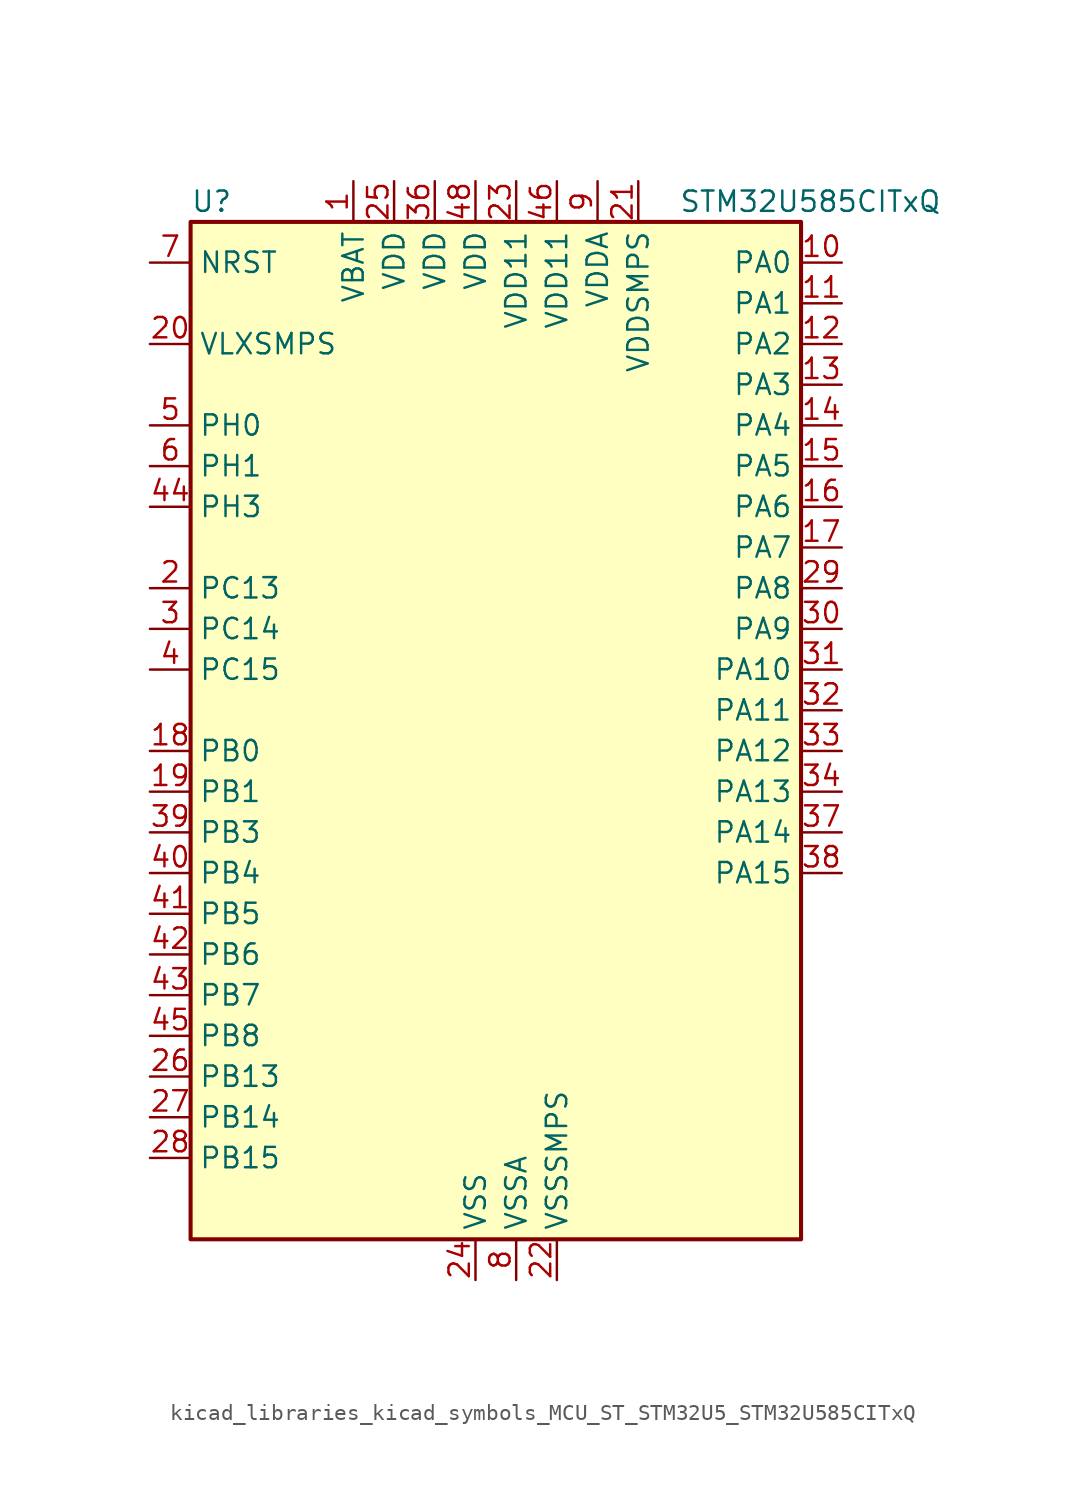
<source format=kicad_sym>
(kicad_symbol_lib
  (version 20220914)
  (generator kicad_symbol_editor)
  (symbol "kicad_libraries_kicad_symbols_MCU_ST_STM32U5_STM32U585CITxQ"
    (property "Reference" "U"
      (at -17.78 34.29 0)
      (effects (font (size 1.27 1.27)) (justify left)))
    (property "Value" "STM32U585CITxQ"
      (at 12.7 34.29 0)
      (effects (font (size 1.27 1.27)) (justify left)))
    (property "ki_locked" ""
      (at 0 0 0)
      (effects (font (size 1.27 1.27))))
    (symbol "kicad_libraries_kicad_symbols_MCU_ST_STM32U5_STM32U585CITxQ_0_1"
      (rectangle (start -17.78 -30.48) (end 20.32 33.02) (stroke (width 0.254) (type default)) (fill (type background))))
    (symbol "kicad_libraries_kicad_symbols_MCU_ST_STM32U5_STM32U585CITxQ_1_1"
      (pin power_in line (at -7.62 35.56 270) (length 2.54) (name "VBAT" (effects (font (size 1.27 1.27)))) (number "1" (effects (font (size 1.27 1.27)))))
      (pin bidirectional line (at 22.86 30.48 180) (length 2.54) (name "PA0" (effects (font (size 1.27 1.27)))) (number "10" (effects (font (size 1.27 1.27)))) (alternate "ADC1_IN5" bidirectional line) (alternate "AUDIOCLK" bidirectional line) (alternate "OCTOSPIM_P2_NCS" bidirectional line) (alternate "OPAMP1_VINP" bidirectional line) (alternate "PWR_WKUP1" bidirectional line) (alternate "SPI3_RDY" bidirectional line) (alternate "TAMP_IN2" bidirectional line) (alternate "TAMP_OUT1" bidirectional line) (alternate "TIM2_CH1" bidirectional line) (alternate "TIM2_ETR" bidirectional line) (alternate "TIM5_CH1" bidirectional line) (alternate "TIM8_ETR" bidirectional line) (alternate "UART4_TX" bidirectional line) (alternate "USART2_CTS" bidirectional line))
      (pin bidirectional line (at 22.86 27.94 180) (length 2.54) (name "PA1" (effects (font (size 1.27 1.27)))) (number "11" (effects (font (size 1.27 1.27)))) (alternate "ADC1_IN6" bidirectional line) (alternate "I2C1_SMBA" bidirectional line) (alternate "LPTIM1_CH2" bidirectional line) (alternate "OCTOSPIM_P1_DQS" bidirectional line) (alternate "OPAMP1_VINM" bidirectional line) (alternate "PWR_WKUP3" bidirectional line) (alternate "SPI1_SCK" bidirectional line) (alternate "TAMP_IN5" bidirectional line) (alternate "TAMP_OUT4" bidirectional line) (alternate "TIM15_CH1N" bidirectional line) (alternate "TIM2_CH2" bidirectional line) (alternate "TIM5_CH2" bidirectional line) (alternate "UART4_RX" bidirectional line) (alternate "USART2_DE" bidirectional line) (alternate "USART2_RTS" bidirectional line))
      (pin bidirectional line (at 22.86 25.4 180) (length 2.54) (name "PA2" (effects (font (size 1.27 1.27)))) (number "12" (effects (font (size 1.27 1.27)))) (alternate "ADC1_IN7" bidirectional line) (alternate "COMP1_INP" bidirectional line) (alternate "LPUART1_TX" bidirectional line) (alternate "OCTOSPIM_P1_NCS" bidirectional line) (alternate "PWR_WKUP4" bidirectional line) (alternate "RCC_LSCO" bidirectional line) (alternate "SPI1_RDY" bidirectional line) (alternate "TIM15_CH1" bidirectional line) (alternate "TIM2_CH3" bidirectional line) (alternate "TIM5_CH3" bidirectional line) (alternate "UCPD1_FRSTX1" bidirectional line) (alternate "USART2_TX" bidirectional line))
      (pin bidirectional line (at 22.86 22.86 180) (length 2.54) (name "PA3" (effects (font (size 1.27 1.27)))) (number "13" (effects (font (size 1.27 1.27)))) (alternate "ADC1_IN8" bidirectional line) (alternate "LPUART1_RX" bidirectional line) (alternate "OCTOSPIM_P1_CLK" bidirectional line) (alternate "OPAMP1_VOUT" bidirectional line) (alternate "PWR_WKUP5" bidirectional line) (alternate "SAI1_CK1" bidirectional line) (alternate "SAI1_MCLK_A" bidirectional line) (alternate "TIM15_CH2" bidirectional line) (alternate "TIM2_CH4" bidirectional line) (alternate "TIM5_CH4" bidirectional line) (alternate "USART2_RX" bidirectional line))
      (pin bidirectional line (at 22.86 20.32 180) (length 2.54) (name "PA4" (effects (font (size 1.27 1.27)))) (number "14" (effects (font (size 1.27 1.27)))) (alternate "ADC1_IN9" bidirectional line) (alternate "ADC4_IN9" bidirectional line) (alternate "DAC1_OUT1" bidirectional line) (alternate "LPTIM2_CH1" bidirectional line) (alternate "OCTOSPIM_P1_NCS" bidirectional line) (alternate "PWR_WKUP2" bidirectional line) (alternate "SAI1_FS_B" bidirectional line) (alternate "SPI1_NSS" bidirectional line) (alternate "SPI3_NSS" bidirectional line) (alternate "USART2_CK" bidirectional line))
      (pin bidirectional line (at 22.86 17.78 180) (length 2.54) (name "PA5" (effects (font (size 1.27 1.27)))) (number "15" (effects (font (size 1.27 1.27)))) (alternate "ADC1_IN10" bidirectional line) (alternate "ADC4_IN10" bidirectional line) (alternate "DAC1_OUT2" bidirectional line) (alternate "LPTIM2_ETR" bidirectional line) (alternate "PWR_CSLEEP" bidirectional line) (alternate "PWR_WKUP6" bidirectional line) (alternate "SPI1_SCK" bidirectional line) (alternate "TIM2_CH1" bidirectional line) (alternate "TIM2_ETR" bidirectional line) (alternate "TIM8_CH1N" bidirectional line) (alternate "USART3_RX" bidirectional line))
      (pin bidirectional line (at 22.86 15.24 180) (length 2.54) (name "PA6" (effects (font (size 1.27 1.27)))) (number "16" (effects (font (size 1.27 1.27)))) (alternate "ADC1_IN11" bidirectional line) (alternate "ADC4_IN11" bidirectional line) (alternate "LPUART1_CTS" bidirectional line) (alternate "OCTOSPIM_P1_IO3" bidirectional line) (alternate "OPAMP2_VINP" bidirectional line) (alternate "PWR_CDSTOP" bidirectional line) (alternate "PWR_WKUP7" bidirectional line) (alternate "SPI1_MISO" bidirectional line) (alternate "TIM16_CH1" bidirectional line) (alternate "TIM1_BKIN" bidirectional line) (alternate "TIM3_CH1" bidirectional line) (alternate "TIM8_BKIN" bidirectional line) (alternate "USART3_CTS" bidirectional line))
      (pin bidirectional line (at 22.86 12.7 180) (length 2.54) (name "PA7" (effects (font (size 1.27 1.27)))) (number "17" (effects (font (size 1.27 1.27)))) (alternate "ADC1_IN12" bidirectional line) (alternate "ADC4_IN20" bidirectional line) (alternate "I2C3_SCL" bidirectional line) (alternate "LPTIM2_CH2" bidirectional line) (alternate "OCTOSPIM_P1_IO2" bidirectional line) (alternate "OPAMP2_VINM" bidirectional line) (alternate "PWR_SRDSTOP" bidirectional line) (alternate "PWR_WKUP8" bidirectional line) (alternate "SPI1_MOSI" bidirectional line) (alternate "TIM17_CH1" bidirectional line) (alternate "TIM1_CH1N" bidirectional line) (alternate "TIM3_CH2" bidirectional line) (alternate "TIM8_CH1N" bidirectional line) (alternate "USART3_TX" bidirectional line))
      (pin bidirectional line (at -20.32 0 0) (length 2.54) (name "PB0" (effects (font (size 1.27 1.27)))) (number "18" (effects (font (size 1.27 1.27)))) (alternate "ADC1_IN15" bidirectional line) (alternate "ADC4_IN18" bidirectional line) (alternate "AUDIOCLK" bidirectional line) (alternate "COMP1_OUT" bidirectional line) (alternate "LPTIM3_CH1" bidirectional line) (alternate "OCTOSPIM_P1_IO1" bidirectional line) (alternate "OPAMP2_VOUT" bidirectional line) (alternate "SPI1_NSS" bidirectional line) (alternate "TIM1_CH2N" bidirectional line) (alternate "TIM3_CH3" bidirectional line) (alternate "TIM8_CH2N" bidirectional line) (alternate "USART3_CK" bidirectional line))
      (pin bidirectional line (at -20.32 -2.54 0) (length 2.54) (name "PB1" (effects (font (size 1.27 1.27)))) (number "19" (effects (font (size 1.27 1.27)))) (alternate "ADC1_IN16" bidirectional line) (alternate "ADC4_IN19" bidirectional line) (alternate "COMP1_INM" bidirectional line) (alternate "LPTIM2_IN1" bidirectional line) (alternate "LPTIM3_CH2" bidirectional line) (alternate "LPUART1_DE" bidirectional line) (alternate "LPUART1_RTS" bidirectional line) (alternate "MDF1_SDI0" bidirectional line) (alternate "OCTOSPIM_P1_IO0" bidirectional line) (alternate "PWR_WKUP4" bidirectional line) (alternate "TIM1_CH3N" bidirectional line) (alternate "TIM3_CH4" bidirectional line) (alternate "TIM8_CH3N" bidirectional line) (alternate "USART3_DE" bidirectional line) (alternate "USART3_RTS" bidirectional line))
      (pin bidirectional line (at -20.32 10.16 0) (length 2.54) (name "PC13" (effects (font (size 1.27 1.27)))) (number "2" (effects (font (size 1.27 1.27)))) (alternate "PWR_WKUP2" bidirectional line) (alternate "RTC_OUT1" bidirectional line) (alternate "RTC_TS" bidirectional line) (alternate "TAMP_IN1" bidirectional line) (alternate "TAMP_OUT2" bidirectional line))
      (pin power_in line (at -20.32 25.4 0) (length 2.54) (name "VLXSMPS" (effects (font (size 1.27 1.27)))) (number "20" (effects (font (size 1.27 1.27)))))
      (pin power_in line (at 10.16 35.56 270) (length 2.54) (name "VDDSMPS" (effects (font (size 1.27 1.27)))) (number "21" (effects (font (size 1.27 1.27)))))
      (pin power_in line (at 5.08 -33.02 90) (length 2.54) (name "VSSSMPS" (effects (font (size 1.27 1.27)))) (number "22" (effects (font (size 1.27 1.27)))))
      (pin power_in line (at 2.54 35.56 270) (length 2.54) (name "VDD11" (effects (font (size 1.27 1.27)))) (number "23" (effects (font (size 1.27 1.27)))))
      (pin power_in line (at 0 -33.02 90) (length 2.54) (name "VSS" (effects (font (size 1.27 1.27)))) (number "24" (effects (font (size 1.27 1.27)))))
      (pin power_in line (at -5.08 35.56 270) (length 2.54) (name "VDD" (effects (font (size 1.27 1.27)))) (number "25" (effects (font (size 1.27 1.27)))))
      (pin bidirectional line (at -20.32 -20.32 0) (length 2.54) (name "PB13" (effects (font (size 1.27 1.27)))) (number "26" (effects (font (size 1.27 1.27)))) (alternate "I2C2_SCL" bidirectional line) (alternate "LPTIM3_IN1" bidirectional line) (alternate "LPUART1_CTS" bidirectional line) (alternate "MDF1_CKI1" bidirectional line) (alternate "SPI2_SCK" bidirectional line) (alternate "TIM15_CH1N" bidirectional line) (alternate "TIM1_CH1N" bidirectional line) (alternate "TSC_G1_IO2" bidirectional line) (alternate "USART3_CTS" bidirectional line))
      (pin bidirectional line (at -20.32 -22.86 0) (length 2.54) (name "PB14" (effects (font (size 1.27 1.27)))) (number "27" (effects (font (size 1.27 1.27)))) (alternate "I2C2_SDA" bidirectional line) (alternate "LPTIM3_ETR" bidirectional line) (alternate "MDF1_SDI2" bidirectional line) (alternate "SPI2_MISO" bidirectional line) (alternate "TIM15_CH1" bidirectional line) (alternate "TIM1_CH2N" bidirectional line) (alternate "TIM8_CH2N" bidirectional line) (alternate "TSC_G1_IO3" bidirectional line) (alternate "UCPD1_DBCC2" bidirectional line) (alternate "USART3_DE" bidirectional line) (alternate "USART3_RTS" bidirectional line))
      (pin bidirectional line (at -20.32 -25.4 0) (length 2.54) (name "PB15" (effects (font (size 1.27 1.27)))) (number "28" (effects (font (size 1.27 1.27)))) (alternate "ADC1_EXTI15" bidirectional line) (alternate "ADC4_EXTI15" bidirectional line) (alternate "LPTIM2_IN2" bidirectional line) (alternate "MDF1_CKI2" bidirectional line) (alternate "PWR_WKUP7" bidirectional line) (alternate "RTC_REFIN" bidirectional line) (alternate "SPI2_MOSI" bidirectional line) (alternate "TIM15_CH2" bidirectional line) (alternate "TIM1_CH3N" bidirectional line) (alternate "TIM8_CH3N" bidirectional line) (alternate "UCPD1_CC2" bidirectional line))
      (pin bidirectional line (at 22.86 10.16 180) (length 2.54) (name "PA8" (effects (font (size 1.27 1.27)))) (number "29" (effects (font (size 1.27 1.27)))) (alternate "DEBUG_TRACECLK" bidirectional line) (alternate "LPTIM2_CH1" bidirectional line) (alternate "RCC_MCO" bidirectional line) (alternate "SAI1_CK2" bidirectional line) (alternate "SAI1_SCK_A" bidirectional line) (alternate "SPI1_RDY" bidirectional line) (alternate "TIM1_CH1" bidirectional line) (alternate "USART1_CK" bidirectional line) (alternate "USB_OTG_FS_SOF" bidirectional line))
      (pin bidirectional line (at -20.32 7.62 0) (length 2.54) (name "PC14" (effects (font (size 1.27 1.27)))) (number "3" (effects (font (size 1.27 1.27)))) (alternate "RCC_OSC32_IN" bidirectional line))
      (pin bidirectional line (at 22.86 7.62 180) (length 2.54) (name "PA9" (effects (font (size 1.27 1.27)))) (number "30" (effects (font (size 1.27 1.27)))) (alternate "DAC1_EXTI9" bidirectional line) (alternate "SAI1_FS_A" bidirectional line) (alternate "SPI2_SCK" bidirectional line) (alternate "TIM15_BKIN" bidirectional line) (alternate "TIM1_CH2" bidirectional line) (alternate "USART1_TX" bidirectional line) (alternate "USB_OTG_FS_VBUS" bidirectional line))
      (pin bidirectional line (at 22.86 5.08 180) (length 2.54) (name "PA10" (effects (font (size 1.27 1.27)))) (number "31" (effects (font (size 1.27 1.27)))) (alternate "CRS_SYNC" bidirectional line) (alternate "LPTIM2_IN2" bidirectional line) (alternate "SAI1_D1" bidirectional line) (alternate "SAI1_SD_A" bidirectional line) (alternate "TIM17_BKIN" bidirectional line) (alternate "TIM1_CH3" bidirectional line) (alternate "USART1_RX" bidirectional line) (alternate "USB_OTG_FS_ID" bidirectional line))
      (pin bidirectional line (at 22.86 2.54 180) (length 2.54) (name "PA11" (effects (font (size 1.27 1.27)))) (number "32" (effects (font (size 1.27 1.27)))) (alternate "ADC1_EXTI11" bidirectional line) (alternate "FDCAN1_RX" bidirectional line) (alternate "SPI1_MISO" bidirectional line) (alternate "TIM1_BKIN2" bidirectional line) (alternate "TIM1_CH4" bidirectional line) (alternate "USART1_CTS" bidirectional line) (alternate "USB_OTG_FS_DM" bidirectional line))
      (pin bidirectional line (at 22.86 0 180) (length 2.54) (name "PA12" (effects (font (size 1.27 1.27)))) (number "33" (effects (font (size 1.27 1.27)))) (alternate "FDCAN1_TX" bidirectional line) (alternate "OCTOSPIM_P2_NCS" bidirectional line) (alternate "SPI1_MOSI" bidirectional line) (alternate "TIM1_ETR" bidirectional line) (alternate "USART1_DE" bidirectional line) (alternate "USART1_RTS" bidirectional line) (alternate "USB_OTG_FS_DP" bidirectional line))
      (pin bidirectional line (at 22.86 -2.54 180) (length 2.54) (name "PA13" (effects (font (size 1.27 1.27)))) (number "34" (effects (font (size 1.27 1.27)))) (alternate "DEBUG_JTMS-SWDIO" bidirectional line) (alternate "IR_OUT" bidirectional line) (alternate "SAI1_SD_B" bidirectional line) (alternate "USB_OTG_FS_NOE" bidirectional line))
      (pin passive line (at 0 -33.02 90) (length 2.54) hide (name "VSS" (effects (font (size 1.27 1.27)))) (number "35" (effects (font (size 1.27 1.27)))))
      (pin power_in line (at -2.54 35.56 270) (length 2.54) (name "VDD" (effects (font (size 1.27 1.27)))) (number "36" (effects (font (size 1.27 1.27)))))
      (pin bidirectional line (at 22.86 -5.08 180) (length 2.54) (name "PA14" (effects (font (size 1.27 1.27)))) (number "37" (effects (font (size 1.27 1.27)))) (alternate "DEBUG_JTCK-SWCLK" bidirectional line) (alternate "I2C1_SMBA" bidirectional line) (alternate "I2C4_SMBA" bidirectional line) (alternate "LPTIM1_CH1" bidirectional line) (alternate "SAI1_FS_B" bidirectional line) (alternate "USB_OTG_FS_SOF" bidirectional line))
      (pin bidirectional line (at 22.86 -7.62 180) (length 2.54) (name "PA15" (effects (font (size 1.27 1.27)))) (number "38" (effects (font (size 1.27 1.27)))) (alternate "ADC1_EXTI15" bidirectional line) (alternate "ADC4_EXTI15" bidirectional line) (alternate "DEBUG_JTDI" bidirectional line) (alternate "SPI1_NSS" bidirectional line) (alternate "SPI3_NSS" bidirectional line) (alternate "TIM2_CH1" bidirectional line) (alternate "TIM2_ETR" bidirectional line) (alternate "UART4_DE" bidirectional line) (alternate "UART4_RTS" bidirectional line) (alternate "UCPD1_CC1" bidirectional line) (alternate "USART2_RX" bidirectional line) (alternate "USART3_DE" bidirectional line) (alternate "USART3_RTS" bidirectional line))
      (pin bidirectional line (at -20.32 -5.08 0) (length 2.54) (name "PB3" (effects (font (size 1.27 1.27)))) (number "39" (effects (font (size 1.27 1.27)))) (alternate "ADF1_CCK0" bidirectional line) (alternate "COMP2_INM" bidirectional line) (alternate "CRS_SYNC" bidirectional line) (alternate "DEBUG_JTDO-SWO" bidirectional line) (alternate "I2C1_SDA" bidirectional line) (alternate "LPTIM1_CH1" bidirectional line) (alternate "SAI1_SCK_B" bidirectional line) (alternate "SPI1_SCK" bidirectional line) (alternate "SPI3_SCK" bidirectional line) (alternate "TIM2_CH2" bidirectional line) (alternate "USART1_DE" bidirectional line) (alternate "USART1_RTS" bidirectional line))
      (pin bidirectional line (at -20.32 5.08 0) (length 2.54) (name "PC15" (effects (font (size 1.27 1.27)))) (number "4" (effects (font (size 1.27 1.27)))) (alternate "ADC1_EXTI15" bidirectional line) (alternate "ADC4_EXTI15" bidirectional line) (alternate "RCC_OSC32_OUT" bidirectional line))
      (pin bidirectional line (at -20.32 -7.62 0) (length 2.54) (name "PB4" (effects (font (size 1.27 1.27)))) (number "40" (effects (font (size 1.27 1.27)))) (alternate "ADF1_SDI0" bidirectional line) (alternate "COMP2_INP" bidirectional line) (alternate "DEBUG_JTRST" bidirectional line) (alternate "I2C3_SDA" bidirectional line) (alternate "LPTIM1_CH2" bidirectional line) (alternate "SAI1_MCLK_B" bidirectional line) (alternate "SPI1_MISO" bidirectional line) (alternate "SPI3_MISO" bidirectional line) (alternate "TIM17_BKIN" bidirectional line) (alternate "TIM3_CH1" bidirectional line) (alternate "TSC_G2_IO1" bidirectional line) (alternate "USART1_CTS" bidirectional line))
      (pin bidirectional line (at -20.32 -10.16 0) (length 2.54) (name "PB5" (effects (font (size 1.27 1.27)))) (number "41" (effects (font (size 1.27 1.27)))) (alternate "COMP2_OUT" bidirectional line) (alternate "I2C1_SMBA" bidirectional line) (alternate "LPTIM1_IN1" bidirectional line) (alternate "OCTOSPIM_P1_NCLK" bidirectional line) (alternate "PWR_WKUP6" bidirectional line) (alternate "SAI1_SD_B" bidirectional line) (alternate "SPI1_MOSI" bidirectional line) (alternate "SPI3_MOSI" bidirectional line) (alternate "TIM16_BKIN" bidirectional line) (alternate "TIM3_CH2" bidirectional line) (alternate "TSC_G2_IO2" bidirectional line) (alternate "UCPD1_DBCC1" bidirectional line) (alternate "USART1_CK" bidirectional line))
      (pin bidirectional line (at -20.32 -12.7 0) (length 2.54) (name "PB6" (effects (font (size 1.27 1.27)))) (number "42" (effects (font (size 1.27 1.27)))) (alternate "COMP2_INP" bidirectional line) (alternate "I2C1_SCL" bidirectional line) (alternate "I2C4_SCL" bidirectional line) (alternate "LPTIM1_ETR" bidirectional line) (alternate "MDF1_SDI5" bidirectional line) (alternate "PWR_WKUP3" bidirectional line) (alternate "SAI1_FS_B" bidirectional line) (alternate "TIM16_CH1N" bidirectional line) (alternate "TIM4_CH1" bidirectional line) (alternate "TIM8_BKIN2" bidirectional line) (alternate "TSC_G2_IO3" bidirectional line) (alternate "USART1_TX" bidirectional line))
      (pin bidirectional line (at -20.32 -15.24 0) (length 2.54) (name "PB7" (effects (font (size 1.27 1.27)))) (number "43" (effects (font (size 1.27 1.27)))) (alternate "COMP2_INM" bidirectional line) (alternate "I2C1_SDA" bidirectional line) (alternate "I2C4_SDA" bidirectional line) (alternate "LPTIM1_IN2" bidirectional line) (alternate "MDF1_CKI5" bidirectional line) (alternate "PWR_PVD_IN" bidirectional line) (alternate "PWR_WKUP4" bidirectional line) (alternate "TIM17_CH1N" bidirectional line) (alternate "TIM4_CH2" bidirectional line) (alternate "TIM8_BKIN" bidirectional line) (alternate "TSC_G2_IO4" bidirectional line) (alternate "UART4_CTS" bidirectional line) (alternate "USART1_RX" bidirectional line))
      (pin bidirectional line (at -20.32 15.24 0) (length 2.54) (name "PH3" (effects (font (size 1.27 1.27)))) (number "44" (effects (font (size 1.27 1.27)))))
      (pin bidirectional line (at -20.32 -17.78 0) (length 2.54) (name "PB8" (effects (font (size 1.27 1.27)))) (number "45" (effects (font (size 1.27 1.27)))) (alternate "FDCAN1_RX" bidirectional line) (alternate "I2C1_SCL" bidirectional line) (alternate "MDF1_CCK0" bidirectional line) (alternate "PWR_WKUP5" bidirectional line) (alternate "SAI1_CK1" bidirectional line) (alternate "SAI1_MCLK_A" bidirectional line) (alternate "SPI3_RDY" bidirectional line) (alternate "TIM16_CH1" bidirectional line) (alternate "TIM4_CH3" bidirectional line))
      (pin power_in line (at 5.08 35.56 270) (length 2.54) (name "VDD11" (effects (font (size 1.27 1.27)))) (number "46" (effects (font (size 1.27 1.27)))))
      (pin passive line (at 0 -33.02 90) (length 2.54) hide (name "VSS" (effects (font (size 1.27 1.27)))) (number "47" (effects (font (size 1.27 1.27)))))
      (pin power_in line (at 0 35.56 270) (length 2.54) (name "VDD" (effects (font (size 1.27 1.27)))) (number "48" (effects (font (size 1.27 1.27)))))
      (pin bidirectional line (at -20.32 20.32 0) (length 2.54) (name "PH0" (effects (font (size 1.27 1.27)))) (number "5" (effects (font (size 1.27 1.27)))) (alternate "RCC_OSC_IN" bidirectional line))
      (pin bidirectional line (at -20.32 17.78 0) (length 2.54) (name "PH1" (effects (font (size 1.27 1.27)))) (number "6" (effects (font (size 1.27 1.27)))) (alternate "RCC_OSC_OUT" bidirectional line))
      (pin input line (at -20.32 30.48 0) (length 2.54) (name "NRST" (effects (font (size 1.27 1.27)))) (number "7" (effects (font (size 1.27 1.27)))))
      (pin power_in line (at 2.54 -33.02 90) (length 2.54) (name "VSSA" (effects (font (size 1.27 1.27)))) (number "8" (effects (font (size 1.27 1.27)))))
      (pin power_in line (at 7.62 35.56 270) (length 2.54) (name "VDDA" (effects (font (size 1.27 1.27)))) (number "9" (effects (font (size 1.27 1.27))))))))
</source>
